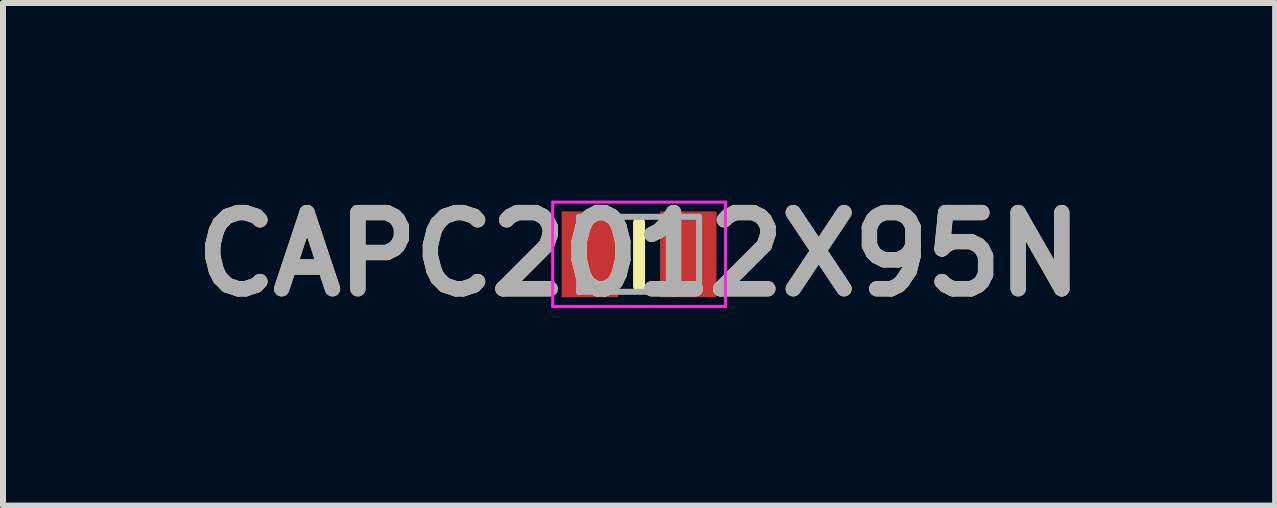
<source format=kicad_pcb>
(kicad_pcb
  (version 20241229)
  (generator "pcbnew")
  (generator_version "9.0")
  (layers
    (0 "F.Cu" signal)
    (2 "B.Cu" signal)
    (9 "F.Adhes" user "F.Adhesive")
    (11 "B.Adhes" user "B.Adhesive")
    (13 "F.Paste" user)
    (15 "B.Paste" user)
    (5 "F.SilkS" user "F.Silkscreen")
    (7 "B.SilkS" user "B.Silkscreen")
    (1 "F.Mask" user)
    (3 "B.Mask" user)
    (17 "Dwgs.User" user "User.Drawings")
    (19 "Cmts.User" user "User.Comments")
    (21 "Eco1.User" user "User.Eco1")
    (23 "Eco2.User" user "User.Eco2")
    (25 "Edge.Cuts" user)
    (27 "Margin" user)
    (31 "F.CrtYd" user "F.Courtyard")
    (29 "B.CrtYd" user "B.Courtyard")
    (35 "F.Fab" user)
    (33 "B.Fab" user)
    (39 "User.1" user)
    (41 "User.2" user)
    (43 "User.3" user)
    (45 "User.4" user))
  (footprint "CAPC2012X95N"
    (layer "F.Cu")
    (at 7.602 1.189)
    (property "Reference" "CAPC2012X95N" (at 0 0 0) (layer "F.SilkS") (effects (font (size 1.27 1.27) (thickness 0.254))))
    (attr smd)
    (fp_line (start 0 -0.525) (end 0 0.525) (stroke (width 0.2) (type solid)) (layer "F.SilkS"))
    (fp_line (start -1.44 -0.87) (end 1.44 -0.87) (stroke (width 0.05) (type solid)) (layer "F.CrtYd"))
    (fp_line (start -1.44 0.87) (end -1.44 -0.87) (stroke (width 0.05) (type solid)) (layer "F.CrtYd"))
    (fp_line (start 1.44 -0.87) (end 1.44 0.87) (stroke (width 0.05) (type solid)) (layer "F.CrtYd"))
    (fp_line (start 1.44 0.87) (end -1.44 0.87) (stroke (width 0.05) (type solid)) (layer "F.CrtYd"))
    (fp_line (start -1 -0.625) (end 1 -0.625) (stroke (width 0.1) (type solid)) (layer "F.Fab"))
    (fp_line (start -1 0.625) (end -1 -0.625) (stroke (width 0.1) (type solid)) (layer "F.Fab"))
    (fp_line (start 1 -0.625) (end 1 0.625) (stroke (width 0.1) (type solid)) (layer "F.Fab"))
    (fp_line (start 1 0.625) (end -1 0.625) (stroke (width 0.1) (type solid)) (layer "F.Fab"))
    (fp_text user "${REFERENCE}" (at 0 0 0) (layer "F.Fab") (effects (font (size 1.27 1.27) (thickness 0.254))))
    (pad "1" smd rect (at -0.82 0) (size 0.94 1.43) (layers "F.Cu" "F.Mask" "F.Paste"))
    (pad "2" smd rect (at 0.82 0) (size 0.94 1.43) (layers "F.Cu" "F.Mask" "F.Paste")))
  (gr_rect
    (start -3 -3)
    (end 18.204 5.377)
    (stroke (width 0.1) (type default))
    (fill no)
    (layer "Edge.Cuts")))
</source>
